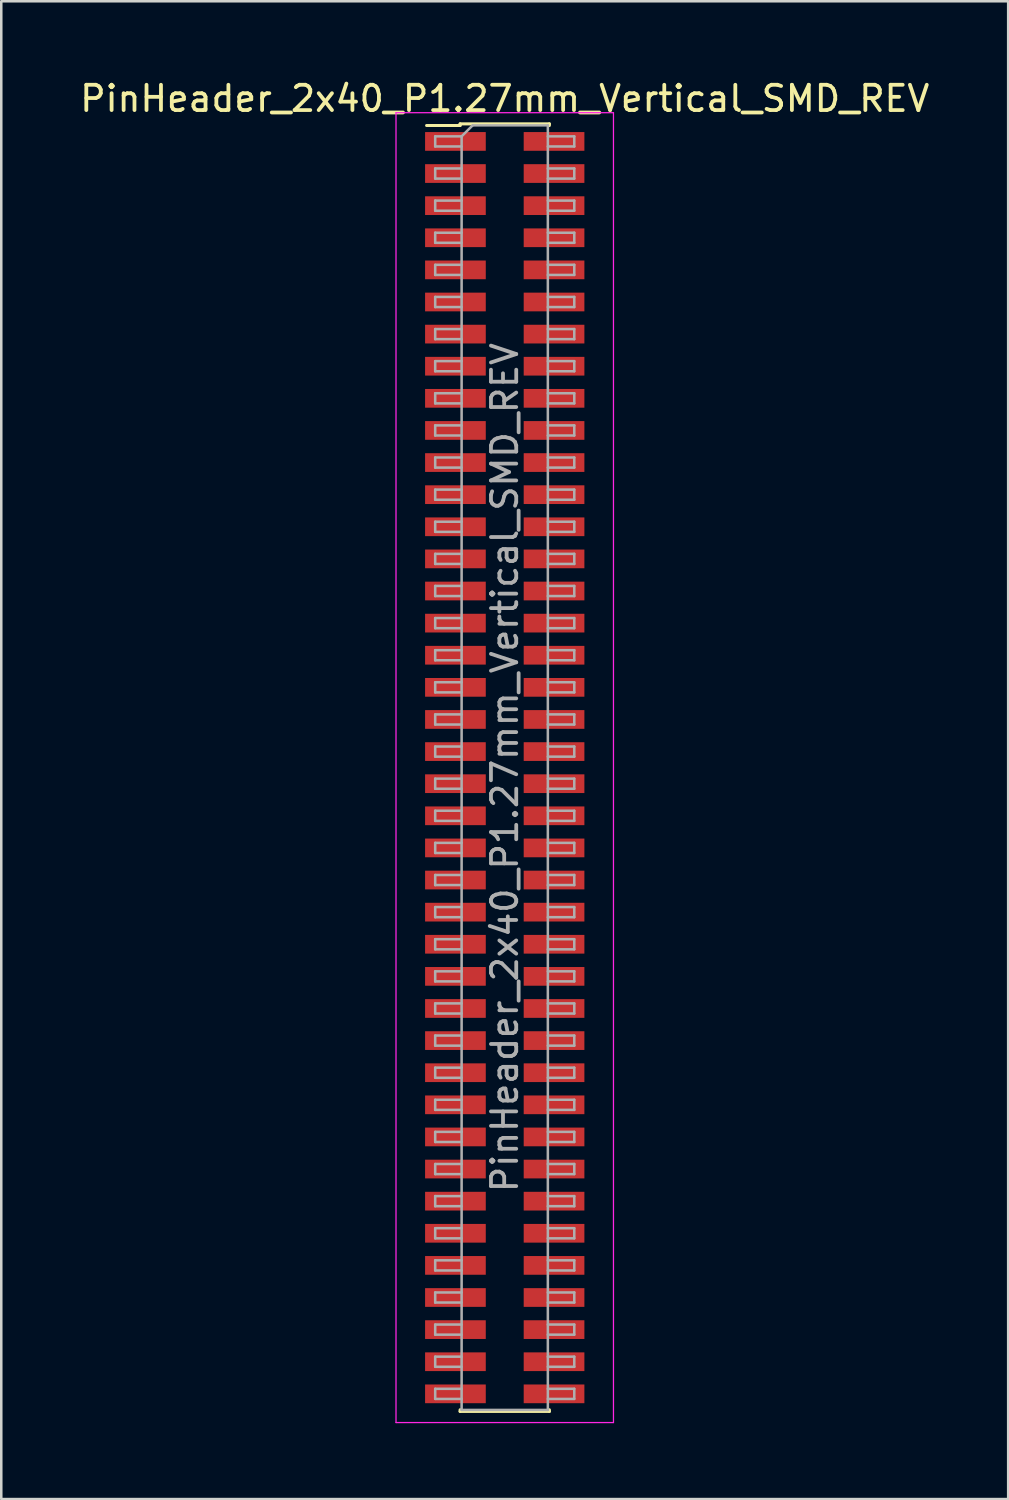
<source format=kicad_pcb>
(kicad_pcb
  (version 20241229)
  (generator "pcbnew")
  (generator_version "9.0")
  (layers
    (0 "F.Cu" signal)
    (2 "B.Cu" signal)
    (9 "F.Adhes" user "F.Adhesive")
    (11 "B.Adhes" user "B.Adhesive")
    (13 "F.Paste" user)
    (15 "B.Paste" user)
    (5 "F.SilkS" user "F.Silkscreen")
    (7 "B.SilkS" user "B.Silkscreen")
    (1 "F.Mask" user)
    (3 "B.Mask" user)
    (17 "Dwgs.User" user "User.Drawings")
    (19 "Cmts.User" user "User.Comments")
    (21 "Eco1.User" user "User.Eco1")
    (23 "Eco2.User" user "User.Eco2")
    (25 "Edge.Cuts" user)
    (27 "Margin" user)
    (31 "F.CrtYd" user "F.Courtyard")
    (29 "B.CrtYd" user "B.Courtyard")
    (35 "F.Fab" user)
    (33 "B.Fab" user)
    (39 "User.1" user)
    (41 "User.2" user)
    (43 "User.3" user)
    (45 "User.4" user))
  (footprint "PinHeader_2x40_P1.27mm_Vertical_SMD_REV"
    (layer "F.Cu")
    (at 16.911 27.308)
    (property "Reference" "PinHeader_2x40_P1.27mm_Vertical_SMD_REV" (at 0 -26.46 0) (layer "F.SilkS") (effects (font (size 1 1) (thickness 0.15))))
    (attr smd)
    (fp_line (start -3.09 -25.395) (end -1.765 -25.395) (stroke (width 0.12) (type solid)) (layer "F.SilkS"))
    (fp_line (start -1.765 -25.46) (end -1.765 -25.395) (stroke (width 0.12) (type solid)) (layer "F.SilkS"))
    (fp_line (start -1.765 -25.46) (end 1.765 -25.46) (stroke (width 0.12) (type solid)) (layer "F.SilkS"))
    (fp_line (start -1.765 25.395) (end -1.765 25.46) (stroke (width 0.12) (type solid)) (layer "F.SilkS"))
    (fp_line (start -1.765 25.46) (end 1.765 25.46) (stroke (width 0.12) (type solid)) (layer "F.SilkS"))
    (fp_line (start 1.765 -25.46) (end 1.765 -25.395) (stroke (width 0.12) (type solid)) (layer "F.SilkS"))
    (fp_line (start 1.765 25.395) (end 1.765 25.46) (stroke (width 0.12) (type solid)) (layer "F.SilkS"))
    (fp_line (start -4.3 -25.9) (end -4.3 25.9) (stroke (width 0.05) (type solid)) (layer "F.CrtYd"))
    (fp_line (start -4.3 25.9) (end 4.3 25.9) (stroke (width 0.05) (type solid)) (layer "F.CrtYd"))
    (fp_line (start 4.3 -25.9) (end -4.3 -25.9) (stroke (width 0.05) (type solid)) (layer "F.CrtYd"))
    (fp_line (start 4.3 25.9) (end 4.3 -25.9) (stroke (width 0.05) (type solid)) (layer "F.CrtYd"))
    (fp_line (start -2.75 -24.965) (end -2.75 -24.565) (stroke (width 0.1) (type solid)) (layer "F.Fab"))
    (fp_line (start -2.75 -24.565) (end -1.705 -24.565) (stroke (width 0.1) (type solid)) (layer "F.Fab"))
    (fp_line (start -2.75 -23.695) (end -2.75 -23.295) (stroke (width 0.1) (type solid)) (layer "F.Fab"))
    (fp_line (start -2.75 -23.295) (end -1.705 -23.295) (stroke (width 0.1) (type solid)) (layer "F.Fab"))
    (fp_line (start -2.75 -22.425) (end -2.75 -22.025) (stroke (width 0.1) (type solid)) (layer "F.Fab"))
    (fp_line (start -2.75 -22.025) (end -1.705 -22.025) (stroke (width 0.1) (type solid)) (layer "F.Fab"))
    (fp_line (start -2.75 -21.155) (end -2.75 -20.755) (stroke (width 0.1) (type solid)) (layer "F.Fab"))
    (fp_line (start -2.75 -20.755) (end -1.705 -20.755) (stroke (width 0.1) (type solid)) (layer "F.Fab"))
    (fp_line (start -2.75 -19.885) (end -2.75 -19.485) (stroke (width 0.1) (type solid)) (layer "F.Fab"))
    (fp_line (start -2.75 -19.485) (end -1.705 -19.485) (stroke (width 0.1) (type solid)) (layer "F.Fab"))
    (fp_line (start -2.75 -18.615) (end -2.75 -18.215) (stroke (width 0.1) (type solid)) (layer "F.Fab"))
    (fp_line (start -2.75 -18.215) (end -1.705 -18.215) (stroke (width 0.1) (type solid)) (layer "F.Fab"))
    (fp_line (start -2.75 -17.345) (end -2.75 -16.945) (stroke (width 0.1) (type solid)) (layer "F.Fab"))
    (fp_line (start -2.75 -16.945) (end -1.705 -16.945) (stroke (width 0.1) (type solid)) (layer "F.Fab"))
    (fp_line (start -2.75 -16.075) (end -2.75 -15.675) (stroke (width 0.1) (type solid)) (layer "F.Fab"))
    (fp_line (start -2.75 -15.675) (end -1.705 -15.675) (stroke (width 0.1) (type solid)) (layer "F.Fab"))
    (fp_line (start -2.75 -14.805) (end -2.75 -14.405) (stroke (width 0.1) (type solid)) (layer "F.Fab"))
    (fp_line (start -2.75 -14.405) (end -1.705 -14.405) (stroke (width 0.1) (type solid)) (layer "F.Fab"))
    (fp_line (start -2.75 -13.535) (end -2.75 -13.135) (stroke (width 0.1) (type solid)) (layer "F.Fab"))
    (fp_line (start -2.75 -13.135) (end -1.705 -13.135) (stroke (width 0.1) (type solid)) (layer "F.Fab"))
    (fp_line (start -2.75 -12.265) (end -2.75 -11.865) (stroke (width 0.1) (type solid)) (layer "F.Fab"))
    (fp_line (start -2.75 -11.865) (end -1.705 -11.865) (stroke (width 0.1) (type solid)) (layer "F.Fab"))
    (fp_line (start -2.75 -10.995) (end -2.75 -10.595) (stroke (width 0.1) (type solid)) (layer "F.Fab"))
    (fp_line (start -2.75 -10.595) (end -1.705 -10.595) (stroke (width 0.1) (type solid)) (layer "F.Fab"))
    (fp_line (start -2.75 -9.725) (end -2.75 -9.325) (stroke (width 0.1) (type solid)) (layer "F.Fab"))
    (fp_line (start -2.75 -9.325) (end -1.705 -9.325) (stroke (width 0.1) (type solid)) (layer "F.Fab"))
    (fp_line (start -2.75 -8.455) (end -2.75 -8.055) (stroke (width 0.1) (type solid)) (layer "F.Fab"))
    (fp_line (start -2.75 -8.055) (end -1.705 -8.055) (stroke (width 0.1) (type solid)) (layer "F.Fab"))
    (fp_line (start -2.75 -7.185) (end -2.75 -6.785) (stroke (width 0.1) (type solid)) (layer "F.Fab"))
    (fp_line (start -2.75 -6.785) (end -1.705 -6.785) (stroke (width 0.1) (type solid)) (layer "F.Fab"))
    (fp_line (start -2.75 -5.915) (end -2.75 -5.515) (stroke (width 0.1) (type solid)) (layer "F.Fab"))
    (fp_line (start -2.75 -5.515) (end -1.705 -5.515) (stroke (width 0.1) (type solid)) (layer "F.Fab"))
    (fp_line (start -2.75 -4.645) (end -2.75 -4.245) (stroke (width 0.1) (type solid)) (layer "F.Fab"))
    (fp_line (start -2.75 -4.245) (end -1.705 -4.245) (stroke (width 0.1) (type solid)) (layer "F.Fab"))
    (fp_line (start -2.75 -3.375) (end -2.75 -2.975) (stroke (width 0.1) (type solid)) (layer "F.Fab"))
    (fp_line (start -2.75 -2.975) (end -1.705 -2.975) (stroke (width 0.1) (type solid)) (layer "F.Fab"))
    (fp_line (start -2.75 -2.105) (end -2.75 -1.705) (stroke (width 0.1) (type solid)) (layer "F.Fab"))
    (fp_line (start -2.75 -1.705) (end -1.705 -1.705) (stroke (width 0.1) (type solid)) (layer "F.Fab"))
    (fp_line (start -2.75 -0.835) (end -2.75 -0.435) (stroke (width 0.1) (type solid)) (layer "F.Fab"))
    (fp_line (start -2.75 -0.435) (end -1.705 -0.435) (stroke (width 0.1) (type solid)) (layer "F.Fab"))
    (fp_line (start -2.75 0.435) (end -2.75 0.835) (stroke (width 0.1) (type solid)) (layer "F.Fab"))
    (fp_line (start -2.75 0.835) (end -1.705 0.835) (stroke (width 0.1) (type solid)) (layer "F.Fab"))
    (fp_line (start -2.75 1.705) (end -2.75 2.105) (stroke (width 0.1) (type solid)) (layer "F.Fab"))
    (fp_line (start -2.75 2.105) (end -1.705 2.105) (stroke (width 0.1) (type solid)) (layer "F.Fab"))
    (fp_line (start -2.75 2.975) (end -2.75 3.375) (stroke (width 0.1) (type solid)) (layer "F.Fab"))
    (fp_line (start -2.75 3.375) (end -1.705 3.375) (stroke (width 0.1) (type solid)) (layer "F.Fab"))
    (fp_line (start -2.75 4.245) (end -2.75 4.645) (stroke (width 0.1) (type solid)) (layer "F.Fab"))
    (fp_line (start -2.75 4.645) (end -1.705 4.645) (stroke (width 0.1) (type solid)) (layer "F.Fab"))
    (fp_line (start -2.75 5.515) (end -2.75 5.915) (stroke (width 0.1) (type solid)) (layer "F.Fab"))
    (fp_line (start -2.75 5.915) (end -1.705 5.915) (stroke (width 0.1) (type solid)) (layer "F.Fab"))
    (fp_line (start -2.75 6.785) (end -2.75 7.185) (stroke (width 0.1) (type solid)) (layer "F.Fab"))
    (fp_line (start -2.75 7.185) (end -1.705 7.185) (stroke (width 0.1) (type solid)) (layer "F.Fab"))
    (fp_line (start -2.75 8.055) (end -2.75 8.455) (stroke (width 0.1) (type solid)) (layer "F.Fab"))
    (fp_line (start -2.75 8.455) (end -1.705 8.455) (stroke (width 0.1) (type solid)) (layer "F.Fab"))
    (fp_line (start -2.75 9.325) (end -2.75 9.725) (stroke (width 0.1) (type solid)) (layer "F.Fab"))
    (fp_line (start -2.75 9.725) (end -1.705 9.725) (stroke (width 0.1) (type solid)) (layer "F.Fab"))
    (fp_line (start -2.75 10.595) (end -2.75 10.995) (stroke (width 0.1) (type solid)) (layer "F.Fab"))
    (fp_line (start -2.75 10.995) (end -1.705 10.995) (stroke (width 0.1) (type solid)) (layer "F.Fab"))
    (fp_line (start -2.75 11.865) (end -2.75 12.265) (stroke (width 0.1) (type solid)) (layer "F.Fab"))
    (fp_line (start -2.75 12.265) (end -1.705 12.265) (stroke (width 0.1) (type solid)) (layer "F.Fab"))
    (fp_line (start -2.75 13.135) (end -2.75 13.535) (stroke (width 0.1) (type solid)) (layer "F.Fab"))
    (fp_line (start -2.75 13.535) (end -1.705 13.535) (stroke (width 0.1) (type solid)) (layer "F.Fab"))
    (fp_line (start -2.75 14.405) (end -2.75 14.805) (stroke (width 0.1) (type solid)) (layer "F.Fab"))
    (fp_line (start -2.75 14.805) (end -1.705 14.805) (stroke (width 0.1) (type solid)) (layer "F.Fab"))
    (fp_line (start -2.75 15.675) (end -2.75 16.075) (stroke (width 0.1) (type solid)) (layer "F.Fab"))
    (fp_line (start -2.75 16.075) (end -1.705 16.075) (stroke (width 0.1) (type solid)) (layer "F.Fab"))
    (fp_line (start -2.75 16.945) (end -2.75 17.345) (stroke (width 0.1) (type solid)) (layer "F.Fab"))
    (fp_line (start -2.75 17.345) (end -1.705 17.345) (stroke (width 0.1) (type solid)) (layer "F.Fab"))
    (fp_line (start -2.75 18.215) (end -2.75 18.615) (stroke (width 0.1) (type solid)) (layer "F.Fab"))
    (fp_line (start -2.75 18.615) (end -1.705 18.615) (stroke (width 0.1) (type solid)) (layer "F.Fab"))
    (fp_line (start -2.75 19.485) (end -2.75 19.885) (stroke (width 0.1) (type solid)) (layer "F.Fab"))
    (fp_line (start -2.75 19.885) (end -1.705 19.885) (stroke (width 0.1) (type solid)) (layer "F.Fab"))
    (fp_line (start -2.75 20.755) (end -2.75 21.155) (stroke (width 0.1) (type solid)) (layer "F.Fab"))
    (fp_line (start -2.75 21.155) (end -1.705 21.155) (stroke (width 0.1) (type solid)) (layer "F.Fab"))
    (fp_line (start -2.75 22.025) (end -2.75 22.425) (stroke (width 0.1) (type solid)) (layer "F.Fab"))
    (fp_line (start -2.75 22.425) (end -1.705 22.425) (stroke (width 0.1) (type solid)) (layer "F.Fab"))
    (fp_line (start -2.75 23.295) (end -2.75 23.695) (stroke (width 0.1) (type solid)) (layer "F.Fab"))
    (fp_line (start -2.75 23.695) (end -1.705 23.695) (stroke (width 0.1) (type solid)) (layer "F.Fab"))
    (fp_line (start -2.75 24.565) (end -2.75 24.965) (stroke (width 0.1) (type solid)) (layer "F.Fab"))
    (fp_line (start -2.75 24.965) (end -1.705 24.965) (stroke (width 0.1) (type solid)) (layer "F.Fab"))
    (fp_line (start -1.705 -24.965) (end -2.75 -24.965) (stroke (width 0.1) (type solid)) (layer "F.Fab"))
    (fp_line (start -1.705 -24.965) (end -1.27 -25.4) (stroke (width 0.1) (type solid)) (layer "F.Fab"))
    (fp_line (start -1.705 -23.695) (end -2.75 -23.695) (stroke (width 0.1) (type solid)) (layer "F.Fab"))
    (fp_line (start -1.705 -22.425) (end -2.75 -22.425) (stroke (width 0.1) (type solid)) (layer "F.Fab"))
    (fp_line (start -1.705 -21.155) (end -2.75 -21.155) (stroke (width 0.1) (type solid)) (layer "F.Fab"))
    (fp_line (start -1.705 -19.885) (end -2.75 -19.885) (stroke (width 0.1) (type solid)) (layer "F.Fab"))
    (fp_line (start -1.705 -18.615) (end -2.75 -18.615) (stroke (width 0.1) (type solid)) (layer "F.Fab"))
    (fp_line (start -1.705 -17.345) (end -2.75 -17.345) (stroke (width 0.1) (type solid)) (layer "F.Fab"))
    (fp_line (start -1.705 -16.075) (end -2.75 -16.075) (stroke (width 0.1) (type solid)) (layer "F.Fab"))
    (fp_line (start -1.705 -14.805) (end -2.75 -14.805) (stroke (width 0.1) (type solid)) (layer "F.Fab"))
    (fp_line (start -1.705 -13.535) (end -2.75 -13.535) (stroke (width 0.1) (type solid)) (layer "F.Fab"))
    (fp_line (start -1.705 -12.265) (end -2.75 -12.265) (stroke (width 0.1) (type solid)) (layer "F.Fab"))
    (fp_line (start -1.705 -10.995) (end -2.75 -10.995) (stroke (width 0.1) (type solid)) (layer "F.Fab"))
    (fp_line (start -1.705 -9.725) (end -2.75 -9.725) (stroke (width 0.1) (type solid)) (layer "F.Fab"))
    (fp_line (start -1.705 -8.455) (end -2.75 -8.455) (stroke (width 0.1) (type solid)) (layer "F.Fab"))
    (fp_line (start -1.705 -7.185) (end -2.75 -7.185) (stroke (width 0.1) (type solid)) (layer "F.Fab"))
    (fp_line (start -1.705 -5.915) (end -2.75 -5.915) (stroke (width 0.1) (type solid)) (layer "F.Fab"))
    (fp_line (start -1.705 -4.645) (end -2.75 -4.645) (stroke (width 0.1) (type solid)) (layer "F.Fab"))
    (fp_line (start -1.705 -3.375) (end -2.75 -3.375) (stroke (width 0.1) (type solid)) (layer "F.Fab"))
    (fp_line (start -1.705 -2.105) (end -2.75 -2.105) (stroke (width 0.1) (type solid)) (layer "F.Fab"))
    (fp_line (start -1.705 -0.835) (end -2.75 -0.835) (stroke (width 0.1) (type solid)) (layer "F.Fab"))
    (fp_line (start -1.705 0.435) (end -2.75 0.435) (stroke (width 0.1) (type solid)) (layer "F.Fab"))
    (fp_line (start -1.705 1.705) (end -2.75 1.705) (stroke (width 0.1) (type solid)) (layer "F.Fab"))
    (fp_line (start -1.705 2.975) (end -2.75 2.975) (stroke (width 0.1) (type solid)) (layer "F.Fab"))
    (fp_line (start -1.705 4.245) (end -2.75 4.245) (stroke (width 0.1) (type solid)) (layer "F.Fab"))
    (fp_line (start -1.705 5.515) (end -2.75 5.515) (stroke (width 0.1) (type solid)) (layer "F.Fab"))
    (fp_line (start -1.705 6.785) (end -2.75 6.785) (stroke (width 0.1) (type solid)) (layer "F.Fab"))
    (fp_line (start -1.705 8.055) (end -2.75 8.055) (stroke (width 0.1) (type solid)) (layer "F.Fab"))
    (fp_line (start -1.705 9.325) (end -2.75 9.325) (stroke (width 0.1) (type solid)) (layer "F.Fab"))
    (fp_line (start -1.705 10.595) (end -2.75 10.595) (stroke (width 0.1) (type solid)) (layer "F.Fab"))
    (fp_line (start -1.705 11.865) (end -2.75 11.865) (stroke (width 0.1) (type solid)) (layer "F.Fab"))
    (fp_line (start -1.705 13.135) (end -2.75 13.135) (stroke (width 0.1) (type solid)) (layer "F.Fab"))
    (fp_line (start -1.705 14.405) (end -2.75 14.405) (stroke (width 0.1) (type solid)) (layer "F.Fab"))
    (fp_line (start -1.705 15.675) (end -2.75 15.675) (stroke (width 0.1) (type solid)) (layer "F.Fab"))
    (fp_line (start -1.705 16.945) (end -2.75 16.945) (stroke (width 0.1) (type solid)) (layer "F.Fab"))
    (fp_line (start -1.705 18.215) (end -2.75 18.215) (stroke (width 0.1) (type solid)) (layer "F.Fab"))
    (fp_line (start -1.705 19.485) (end -2.75 19.485) (stroke (width 0.1) (type solid)) (layer "F.Fab"))
    (fp_line (start -1.705 20.755) (end -2.75 20.755) (stroke (width 0.1) (type solid)) (layer "F.Fab"))
    (fp_line (start -1.705 22.025) (end -2.75 22.025) (stroke (width 0.1) (type solid)) (layer "F.Fab"))
    (fp_line (start -1.705 23.295) (end -2.75 23.295) (stroke (width 0.1) (type solid)) (layer "F.Fab"))
    (fp_line (start -1.705 24.565) (end -2.75 24.565) (stroke (width 0.1) (type solid)) (layer "F.Fab"))
    (fp_line (start -1.705 25.4) (end -1.705 -24.965) (stroke (width 0.1) (type solid)) (layer "F.Fab"))
    (fp_line (start -1.27 -25.4) (end 1.705 -25.4) (stroke (width 0.1) (type solid)) (layer "F.Fab"))
    (fp_line (start 1.705 -25.4) (end 1.705 25.4) (stroke (width 0.1) (type solid)) (layer "F.Fab"))
    (fp_line (start 1.705 -24.965) (end 2.75 -24.965) (stroke (width 0.1) (type solid)) (layer "F.Fab"))
    (fp_line (start 1.705 -23.695) (end 2.75 -23.695) (stroke (width 0.1) (type solid)) (layer "F.Fab"))
    (fp_line (start 1.705 -22.425) (end 2.75 -22.425) (stroke (width 0.1) (type solid)) (layer "F.Fab"))
    (fp_line (start 1.705 -21.155) (end 2.75 -21.155) (stroke (width 0.1) (type solid)) (layer "F.Fab"))
    (fp_line (start 1.705 -19.885) (end 2.75 -19.885) (stroke (width 0.1) (type solid)) (layer "F.Fab"))
    (fp_line (start 1.705 -18.615) (end 2.75 -18.615) (stroke (width 0.1) (type solid)) (layer "F.Fab"))
    (fp_line (start 1.705 -17.345) (end 2.75 -17.345) (stroke (width 0.1) (type solid)) (layer "F.Fab"))
    (fp_line (start 1.705 -16.075) (end 2.75 -16.075) (stroke (width 0.1) (type solid)) (layer "F.Fab"))
    (fp_line (start 1.705 -14.805) (end 2.75 -14.805) (stroke (width 0.1) (type solid)) (layer "F.Fab"))
    (fp_line (start 1.705 -13.535) (end 2.75 -13.535) (stroke (width 0.1) (type solid)) (layer "F.Fab"))
    (fp_line (start 1.705 -12.265) (end 2.75 -12.265) (stroke (width 0.1) (type solid)) (layer "F.Fab"))
    (fp_line (start 1.705 -10.995) (end 2.75 -10.995) (stroke (width 0.1) (type solid)) (layer "F.Fab"))
    (fp_line (start 1.705 -9.725) (end 2.75 -9.725) (stroke (width 0.1) (type solid)) (layer "F.Fab"))
    (fp_line (start 1.705 -8.455) (end 2.75 -8.455) (stroke (width 0.1) (type solid)) (layer "F.Fab"))
    (fp_line (start 1.705 -7.185) (end 2.75 -7.185) (stroke (width 0.1) (type solid)) (layer "F.Fab"))
    (fp_line (start 1.705 -5.915) (end 2.75 -5.915) (stroke (width 0.1) (type solid)) (layer "F.Fab"))
    (fp_line (start 1.705 -4.645) (end 2.75 -4.645) (stroke (width 0.1) (type solid)) (layer "F.Fab"))
    (fp_line (start 1.705 -3.375) (end 2.75 -3.375) (stroke (width 0.1) (type solid)) (layer "F.Fab"))
    (fp_line (start 1.705 -2.105) (end 2.75 -2.105) (stroke (width 0.1) (type solid)) (layer "F.Fab"))
    (fp_line (start 1.705 -0.835) (end 2.75 -0.835) (stroke (width 0.1) (type solid)) (layer "F.Fab"))
    (fp_line (start 1.705 0.435) (end 2.75 0.435) (stroke (width 0.1) (type solid)) (layer "F.Fab"))
    (fp_line (start 1.705 1.705) (end 2.75 1.705) (stroke (width 0.1) (type solid)) (layer "F.Fab"))
    (fp_line (start 1.705 2.975) (end 2.75 2.975) (stroke (width 0.1) (type solid)) (layer "F.Fab"))
    (fp_line (start 1.705 4.245) (end 2.75 4.245) (stroke (width 0.1) (type solid)) (layer "F.Fab"))
    (fp_line (start 1.705 5.515) (end 2.75 5.515) (stroke (width 0.1) (type solid)) (layer "F.Fab"))
    (fp_line (start 1.705 6.785) (end 2.75 6.785) (stroke (width 0.1) (type solid)) (layer "F.Fab"))
    (fp_line (start 1.705 8.055) (end 2.75 8.055) (stroke (width 0.1) (type solid)) (layer "F.Fab"))
    (fp_line (start 1.705 9.325) (end 2.75 9.325) (stroke (width 0.1) (type solid)) (layer "F.Fab"))
    (fp_line (start 1.705 10.595) (end 2.75 10.595) (stroke (width 0.1) (type solid)) (layer "F.Fab"))
    (fp_line (start 1.705 11.865) (end 2.75 11.865) (stroke (width 0.1) (type solid)) (layer "F.Fab"))
    (fp_line (start 1.705 13.135) (end 2.75 13.135) (stroke (width 0.1) (type solid)) (layer "F.Fab"))
    (fp_line (start 1.705 14.405) (end 2.75 14.405) (stroke (width 0.1) (type solid)) (layer "F.Fab"))
    (fp_line (start 1.705 15.675) (end 2.75 15.675) (stroke (width 0.1) (type solid)) (layer "F.Fab"))
    (fp_line (start 1.705 16.945) (end 2.75 16.945) (stroke (width 0.1) (type solid)) (layer "F.Fab"))
    (fp_line (start 1.705 18.215) (end 2.75 18.215) (stroke (width 0.1) (type solid)) (layer "F.Fab"))
    (fp_line (start 1.705 19.485) (end 2.75 19.485) (stroke (width 0.1) (type solid)) (layer "F.Fab"))
    (fp_line (start 1.705 20.755) (end 2.75 20.755) (stroke (width 0.1) (type solid)) (layer "F.Fab"))
    (fp_line (start 1.705 22.025) (end 2.75 22.025) (stroke (width 0.1) (type solid)) (layer "F.Fab"))
    (fp_line (start 1.705 23.295) (end 2.75 23.295) (stroke (width 0.1) (type solid)) (layer "F.Fab"))
    (fp_line (start 1.705 24.565) (end 2.75 24.565) (stroke (width 0.1) (type solid)) (layer "F.Fab"))
    (fp_line (start 1.705 25.4) (end -1.705 25.4) (stroke (width 0.1) (type solid)) (layer "F.Fab"))
    (fp_line (start 2.75 -24.965) (end 2.75 -24.565) (stroke (width 0.1) (type solid)) (layer "F.Fab"))
    (fp_line (start 2.75 -24.565) (end 1.705 -24.565) (stroke (width 0.1) (type solid)) (layer "F.Fab"))
    (fp_line (start 2.75 -23.695) (end 2.75 -23.295) (stroke (width 0.1) (type solid)) (layer "F.Fab"))
    (fp_line (start 2.75 -23.295) (end 1.705 -23.295) (stroke (width 0.1) (type solid)) (layer "F.Fab"))
    (fp_line (start 2.75 -22.425) (end 2.75 -22.025) (stroke (width 0.1) (type solid)) (layer "F.Fab"))
    (fp_line (start 2.75 -22.025) (end 1.705 -22.025) (stroke (width 0.1) (type solid)) (layer "F.Fab"))
    (fp_line (start 2.75 -21.155) (end 2.75 -20.755) (stroke (width 0.1) (type solid)) (layer "F.Fab"))
    (fp_line (start 2.75 -20.755) (end 1.705 -20.755) (stroke (width 0.1) (type solid)) (layer "F.Fab"))
    (fp_line (start 2.75 -19.885) (end 2.75 -19.485) (stroke (width 0.1) (type solid)) (layer "F.Fab"))
    (fp_line (start 2.75 -19.485) (end 1.705 -19.485) (stroke (width 0.1) (type solid)) (layer "F.Fab"))
    (fp_line (start 2.75 -18.615) (end 2.75 -18.215) (stroke (width 0.1) (type solid)) (layer "F.Fab"))
    (fp_line (start 2.75 -18.215) (end 1.705 -18.215) (stroke (width 0.1) (type solid)) (layer "F.Fab"))
    (fp_line (start 2.75 -17.345) (end 2.75 -16.945) (stroke (width 0.1) (type solid)) (layer "F.Fab"))
    (fp_line (start 2.75 -16.945) (end 1.705 -16.945) (stroke (width 0.1) (type solid)) (layer "F.Fab"))
    (fp_line (start 2.75 -16.075) (end 2.75 -15.675) (stroke (width 0.1) (type solid)) (layer "F.Fab"))
    (fp_line (start 2.75 -15.675) (end 1.705 -15.675) (stroke (width 0.1) (type solid)) (layer "F.Fab"))
    (fp_line (start 2.75 -14.805) (end 2.75 -14.405) (stroke (width 0.1) (type solid)) (layer "F.Fab"))
    (fp_line (start 2.75 -14.405) (end 1.705 -14.405) (stroke (width 0.1) (type solid)) (layer "F.Fab"))
    (fp_line (start 2.75 -13.535) (end 2.75 -13.135) (stroke (width 0.1) (type solid)) (layer "F.Fab"))
    (fp_line (start 2.75 -13.135) (end 1.705 -13.135) (stroke (width 0.1) (type solid)) (layer "F.Fab"))
    (fp_line (start 2.75 -12.265) (end 2.75 -11.865) (stroke (width 0.1) (type solid)) (layer "F.Fab"))
    (fp_line (start 2.75 -11.865) (end 1.705 -11.865) (stroke (width 0.1) (type solid)) (layer "F.Fab"))
    (fp_line (start 2.75 -10.995) (end 2.75 -10.595) (stroke (width 0.1) (type solid)) (layer "F.Fab"))
    (fp_line (start 2.75 -10.595) (end 1.705 -10.595) (stroke (width 0.1) (type solid)) (layer "F.Fab"))
    (fp_line (start 2.75 -9.725) (end 2.75 -9.325) (stroke (width 0.1) (type solid)) (layer "F.Fab"))
    (fp_line (start 2.75 -9.325) (end 1.705 -9.325) (stroke (width 0.1) (type solid)) (layer "F.Fab"))
    (fp_line (start 2.75 -8.455) (end 2.75 -8.055) (stroke (width 0.1) (type solid)) (layer "F.Fab"))
    (fp_line (start 2.75 -8.055) (end 1.705 -8.055) (stroke (width 0.1) (type solid)) (layer "F.Fab"))
    (fp_line (start 2.75 -7.185) (end 2.75 -6.785) (stroke (width 0.1) (type solid)) (layer "F.Fab"))
    (fp_line (start 2.75 -6.785) (end 1.705 -6.785) (stroke (width 0.1) (type solid)) (layer "F.Fab"))
    (fp_line (start 2.75 -5.915) (end 2.75 -5.515) (stroke (width 0.1) (type solid)) (layer "F.Fab"))
    (fp_line (start 2.75 -5.515) (end 1.705 -5.515) (stroke (width 0.1) (type solid)) (layer "F.Fab"))
    (fp_line (start 2.75 -4.645) (end 2.75 -4.245) (stroke (width 0.1) (type solid)) (layer "F.Fab"))
    (fp_line (start 2.75 -4.245) (end 1.705 -4.245) (stroke (width 0.1) (type solid)) (layer "F.Fab"))
    (fp_line (start 2.75 -3.375) (end 2.75 -2.975) (stroke (width 0.1) (type solid)) (layer "F.Fab"))
    (fp_line (start 2.75 -2.975) (end 1.705 -2.975) (stroke (width 0.1) (type solid)) (layer "F.Fab"))
    (fp_line (start 2.75 -2.105) (end 2.75 -1.705) (stroke (width 0.1) (type solid)) (layer "F.Fab"))
    (fp_line (start 2.75 -1.705) (end 1.705 -1.705) (stroke (width 0.1) (type solid)) (layer "F.Fab"))
    (fp_line (start 2.75 -0.835) (end 2.75 -0.435) (stroke (width 0.1) (type solid)) (layer "F.Fab"))
    (fp_line (start 2.75 -0.435) (end 1.705 -0.435) (stroke (width 0.1) (type solid)) (layer "F.Fab"))
    (fp_line (start 2.75 0.435) (end 2.75 0.835) (stroke (width 0.1) (type solid)) (layer "F.Fab"))
    (fp_line (start 2.75 0.835) (end 1.705 0.835) (stroke (width 0.1) (type solid)) (layer "F.Fab"))
    (fp_line (start 2.75 1.705) (end 2.75 2.105) (stroke (width 0.1) (type solid)) (layer "F.Fab"))
    (fp_line (start 2.75 2.105) (end 1.705 2.105) (stroke (width 0.1) (type solid)) (layer "F.Fab"))
    (fp_line (start 2.75 2.975) (end 2.75 3.375) (stroke (width 0.1) (type solid)) (layer "F.Fab"))
    (fp_line (start 2.75 3.375) (end 1.705 3.375) (stroke (width 0.1) (type solid)) (layer "F.Fab"))
    (fp_line (start 2.75 4.245) (end 2.75 4.645) (stroke (width 0.1) (type solid)) (layer "F.Fab"))
    (fp_line (start 2.75 4.645) (end 1.705 4.645) (stroke (width 0.1) (type solid)) (layer "F.Fab"))
    (fp_line (start 2.75 5.515) (end 2.75 5.915) (stroke (width 0.1) (type solid)) (layer "F.Fab"))
    (fp_line (start 2.75 5.915) (end 1.705 5.915) (stroke (width 0.1) (type solid)) (layer "F.Fab"))
    (fp_line (start 2.75 6.785) (end 2.75 7.185) (stroke (width 0.1) (type solid)) (layer "F.Fab"))
    (fp_line (start 2.75 7.185) (end 1.705 7.185) (stroke (width 0.1) (type solid)) (layer "F.Fab"))
    (fp_line (start 2.75 8.055) (end 2.75 8.455) (stroke (width 0.1) (type solid)) (layer "F.Fab"))
    (fp_line (start 2.75 8.455) (end 1.705 8.455) (stroke (width 0.1) (type solid)) (layer "F.Fab"))
    (fp_line (start 2.75 9.325) (end 2.75 9.725) (stroke (width 0.1) (type solid)) (layer "F.Fab"))
    (fp_line (start 2.75 9.725) (end 1.705 9.725) (stroke (width 0.1) (type solid)) (layer "F.Fab"))
    (fp_line (start 2.75 10.595) (end 2.75 10.995) (stroke (width 0.1) (type solid)) (layer "F.Fab"))
    (fp_line (start 2.75 10.995) (end 1.705 10.995) (stroke (width 0.1) (type solid)) (layer "F.Fab"))
    (fp_line (start 2.75 11.865) (end 2.75 12.265) (stroke (width 0.1) (type solid)) (layer "F.Fab"))
    (fp_line (start 2.75 12.265) (end 1.705 12.265) (stroke (width 0.1) (type solid)) (layer "F.Fab"))
    (fp_line (start 2.75 13.135) (end 2.75 13.535) (stroke (width 0.1) (type solid)) (layer "F.Fab"))
    (fp_line (start 2.75 13.535) (end 1.705 13.535) (stroke (width 0.1) (type solid)) (layer "F.Fab"))
    (fp_line (start 2.75 14.405) (end 2.75 14.805) (stroke (width 0.1) (type solid)) (layer "F.Fab"))
    (fp_line (start 2.75 14.805) (end 1.705 14.805) (stroke (width 0.1) (type solid)) (layer "F.Fab"))
    (fp_line (start 2.75 15.675) (end 2.75 16.075) (stroke (width 0.1) (type solid)) (layer "F.Fab"))
    (fp_line (start 2.75 16.075) (end 1.705 16.075) (stroke (width 0.1) (type solid)) (layer "F.Fab"))
    (fp_line (start 2.75 16.945) (end 2.75 17.345) (stroke (width 0.1) (type solid)) (layer "F.Fab"))
    (fp_line (start 2.75 17.345) (end 1.705 17.345) (stroke (width 0.1) (type solid)) (layer "F.Fab"))
    (fp_line (start 2.75 18.215) (end 2.75 18.615) (stroke (width 0.1) (type solid)) (layer "F.Fab"))
    (fp_line (start 2.75 18.615) (end 1.705 18.615) (stroke (width 0.1) (type solid)) (layer "F.Fab"))
    (fp_line (start 2.75 19.485) (end 2.75 19.885) (stroke (width 0.1) (type solid)) (layer "F.Fab"))
    (fp_line (start 2.75 19.885) (end 1.705 19.885) (stroke (width 0.1) (type solid)) (layer "F.Fab"))
    (fp_line (start 2.75 20.755) (end 2.75 21.155) (stroke (width 0.1) (type solid)) (layer "F.Fab"))
    (fp_line (start 2.75 21.155) (end 1.705 21.155) (stroke (width 0.1) (type solid)) (layer "F.Fab"))
    (fp_line (start 2.75 22.025) (end 2.75 22.425) (stroke (width 0.1) (type solid)) (layer "F.Fab"))
    (fp_line (start 2.75 22.425) (end 1.705 22.425) (stroke (width 0.1) (type solid)) (layer "F.Fab"))
    (fp_line (start 2.75 23.295) (end 2.75 23.695) (stroke (width 0.1) (type solid)) (layer "F.Fab"))
    (fp_line (start 2.75 23.695) (end 1.705 23.695) (stroke (width 0.1) (type solid)) (layer "F.Fab"))
    (fp_line (start 2.75 24.565) (end 2.75 24.965) (stroke (width 0.1) (type solid)) (layer "F.Fab"))
    (fp_line (start 2.75 24.965) (end 1.705 24.965) (stroke (width 0.1) (type solid)) (layer "F.Fab"))
    (fp_text user "${REFERENCE}" (at 0 0 90) (layer "F.Fab") (effects (font (size 1 1) (thickness 0.15))))
    (pad "1" smd rect (at 1.95 -24.765) (size 2.4 0.74) (layers "F.Cu" "F.Mask" "F.Paste"))
    (pad "2" smd rect (at -1.95 -24.765) (size 2.4 0.74) (layers "F.Cu" "F.Mask" "F.Paste"))
    (pad "3" smd rect (at 1.95 -23.495) (size 2.4 0.74) (layers "F.Cu" "F.Mask" "F.Paste"))
    (pad "4" smd rect (at -1.95 -23.495) (size 2.4 0.74) (layers "F.Cu" "F.Mask" "F.Paste"))
    (pad "5" smd rect (at 1.95 -22.225) (size 2.4 0.74) (layers "F.Cu" "F.Mask" "F.Paste"))
    (pad "6" smd rect (at -1.95 -22.225) (size 2.4 0.74) (layers "F.Cu" "F.Mask" "F.Paste"))
    (pad "7" smd rect (at 1.95 -20.955) (size 2.4 0.74) (layers "F.Cu" "F.Mask" "F.Paste"))
    (pad "8" smd rect (at -1.95 -20.955) (size 2.4 0.74) (layers "F.Cu" "F.Mask" "F.Paste"))
    (pad "9" smd rect (at 1.95 -19.685) (size 2.4 0.74) (layers "F.Cu" "F.Mask" "F.Paste"))
    (pad "10" smd rect (at -1.95 -19.685) (size 2.4 0.74) (layers "F.Cu" "F.Mask" "F.Paste"))
    (pad "11" smd rect (at 1.95 -18.415) (size 2.4 0.74) (layers "F.Cu" "F.Mask" "F.Paste"))
    (pad "12" smd rect (at -1.95 -18.415) (size 2.4 0.74) (layers "F.Cu" "F.Mask" "F.Paste"))
    (pad "13" smd rect (at 1.95 -17.145) (size 2.4 0.74) (layers "F.Cu" "F.Mask" "F.Paste"))
    (pad "14" smd rect (at -1.95 -17.145) (size 2.4 0.74) (layers "F.Cu" "F.Mask" "F.Paste"))
    (pad "15" smd rect (at 1.95 -15.875) (size 2.4 0.74) (layers "F.Cu" "F.Mask" "F.Paste"))
    (pad "16" smd rect (at -1.95 -15.875) (size 2.4 0.74) (layers "F.Cu" "F.Mask" "F.Paste"))
    (pad "17" smd rect (at 1.95 -14.605) (size 2.4 0.74) (layers "F.Cu" "F.Mask" "F.Paste"))
    (pad "18" smd rect (at -1.95 -14.605) (size 2.4 0.74) (layers "F.Cu" "F.Mask" "F.Paste"))
    (pad "19" smd rect (at 1.95 -13.335) (size 2.4 0.74) (layers "F.Cu" "F.Mask" "F.Paste"))
    (pad "20" smd rect (at -1.95 -13.335) (size 2.4 0.74) (layers "F.Cu" "F.Mask" "F.Paste"))
    (pad "21" smd rect (at 1.95 -12.065) (size 2.4 0.74) (layers "F.Cu" "F.Mask" "F.Paste"))
    (pad "22" smd rect (at -1.95 -12.065) (size 2.4 0.74) (layers "F.Cu" "F.Mask" "F.Paste"))
    (pad "23" smd rect (at 1.95 -10.795) (size 2.4 0.74) (layers "F.Cu" "F.Mask" "F.Paste"))
    (pad "24" smd rect (at -1.95 -10.795) (size 2.4 0.74) (layers "F.Cu" "F.Mask" "F.Paste"))
    (pad "25" smd rect (at 1.95 -9.525) (size 2.4 0.74) (layers "F.Cu" "F.Mask" "F.Paste"))
    (pad "26" smd rect (at -1.95 -9.525) (size 2.4 0.74) (layers "F.Cu" "F.Mask" "F.Paste"))
    (pad "27" smd rect (at 1.95 -8.255) (size 2.4 0.74) (layers "F.Cu" "F.Mask" "F.Paste"))
    (pad "28" smd rect (at -1.95 -8.255) (size 2.4 0.74) (layers "F.Cu" "F.Mask" "F.Paste"))
    (pad "29" smd rect (at 1.95 -6.985) (size 2.4 0.74) (layers "F.Cu" "F.Mask" "F.Paste"))
    (pad "30" smd rect (at -1.95 -6.985) (size 2.4 0.74) (layers "F.Cu" "F.Mask" "F.Paste"))
    (pad "31" smd rect (at 1.95 -5.715) (size 2.4 0.74) (layers "F.Cu" "F.Mask" "F.Paste"))
    (pad "32" smd rect (at -1.95 -5.715) (size 2.4 0.74) (layers "F.Cu" "F.Mask" "F.Paste"))
    (pad "33" smd rect (at 1.95 -4.445) (size 2.4 0.74) (layers "F.Cu" "F.Mask" "F.Paste"))
    (pad "34" smd rect (at -1.95 -4.445) (size 2.4 0.74) (layers "F.Cu" "F.Mask" "F.Paste"))
    (pad "35" smd rect (at 1.95 -3.175) (size 2.4 0.74) (layers "F.Cu" "F.Mask" "F.Paste"))
    (pad "36" smd rect (at -1.95 -3.175) (size 2.4 0.74) (layers "F.Cu" "F.Mask" "F.Paste"))
    (pad "37" smd rect (at 1.95 -1.905) (size 2.4 0.74) (layers "F.Cu" "F.Mask" "F.Paste"))
    (pad "38" smd rect (at -1.95 -1.905) (size 2.4 0.74) (layers "F.Cu" "F.Mask" "F.Paste"))
    (pad "39" smd rect (at 1.95 -0.635) (size 2.4 0.74) (layers "F.Cu" "F.Mask" "F.Paste"))
    (pad "40" smd rect (at -1.95 -0.635) (size 2.4 0.74) (layers "F.Cu" "F.Mask" "F.Paste"))
    (pad "41" smd rect (at 1.95 0.635) (size 2.4 0.74) (layers "F.Cu" "F.Mask" "F.Paste"))
    (pad "42" smd rect (at -1.95 0.635) (size 2.4 0.74) (layers "F.Cu" "F.Mask" "F.Paste"))
    (pad "43" smd rect (at 1.95 1.905) (size 2.4 0.74) (layers "F.Cu" "F.Mask" "F.Paste"))
    (pad "44" smd rect (at -1.95 1.905) (size 2.4 0.74) (layers "F.Cu" "F.Mask" "F.Paste"))
    (pad "45" smd rect (at 1.95 3.175) (size 2.4 0.74) (layers "F.Cu" "F.Mask" "F.Paste"))
    (pad "46" smd rect (at -1.95 3.175) (size 2.4 0.74) (layers "F.Cu" "F.Mask" "F.Paste"))
    (pad "47" smd rect (at 1.95 4.445) (size 2.4 0.74) (layers "F.Cu" "F.Mask" "F.Paste"))
    (pad "48" smd rect (at -1.95 4.445) (size 2.4 0.74) (layers "F.Cu" "F.Mask" "F.Paste"))
    (pad "49" smd rect (at 1.95 5.715) (size 2.4 0.74) (layers "F.Cu" "F.Mask" "F.Paste"))
    (pad "50" smd rect (at -1.95 5.715) (size 2.4 0.74) (layers "F.Cu" "F.Mask" "F.Paste"))
    (pad "51" smd rect (at 1.95 6.985) (size 2.4 0.74) (layers "F.Cu" "F.Mask" "F.Paste"))
    (pad "52" smd rect (at -1.95 6.985) (size 2.4 0.74) (layers "F.Cu" "F.Mask" "F.Paste"))
    (pad "53" smd rect (at 1.95 8.255) (size 2.4 0.74) (layers "F.Cu" "F.Mask" "F.Paste"))
    (pad "54" smd rect (at -1.95 8.255) (size 2.4 0.74) (layers "F.Cu" "F.Mask" "F.Paste"))
    (pad "55" smd rect (at 1.95 9.525) (size 2.4 0.74) (layers "F.Cu" "F.Mask" "F.Paste"))
    (pad "56" smd rect (at -1.95 9.525) (size 2.4 0.74) (layers "F.Cu" "F.Mask" "F.Paste"))
    (pad "57" smd rect (at 1.95 10.795) (size 2.4 0.74) (layers "F.Cu" "F.Mask" "F.Paste"))
    (pad "58" smd rect (at -1.95 10.795) (size 2.4 0.74) (layers "F.Cu" "F.Mask" "F.Paste"))
    (pad "59" smd rect (at 1.95 12.065) (size 2.4 0.74) (layers "F.Cu" "F.Mask" "F.Paste"))
    (pad "60" smd rect (at -1.95 12.065) (size 2.4 0.74) (layers "F.Cu" "F.Mask" "F.Paste"))
    (pad "61" smd rect (at 1.95 13.335) (size 2.4 0.74) (layers "F.Cu" "F.Mask" "F.Paste"))
    (pad "62" smd rect (at -1.95 13.335) (size 2.4 0.74) (layers "F.Cu" "F.Mask" "F.Paste"))
    (pad "63" smd rect (at 1.95 14.605) (size 2.4 0.74) (layers "F.Cu" "F.Mask" "F.Paste"))
    (pad "64" smd rect (at -1.95 14.605) (size 2.4 0.74) (layers "F.Cu" "F.Mask" "F.Paste"))
    (pad "65" smd rect (at 1.95 15.875) (size 2.4 0.74) (layers "F.Cu" "F.Mask" "F.Paste"))
    (pad "66" smd rect (at -1.95 15.875) (size 2.4 0.74) (layers "F.Cu" "F.Mask" "F.Paste"))
    (pad "67" smd rect (at 1.95 17.145) (size 2.4 0.74) (layers "F.Cu" "F.Mask" "F.Paste"))
    (pad "68" smd rect (at -1.95 17.145) (size 2.4 0.74) (layers "F.Cu" "F.Mask" "F.Paste"))
    (pad "69" smd rect (at 1.95 18.415) (size 2.4 0.74) (layers "F.Cu" "F.Mask" "F.Paste"))
    (pad "70" smd rect (at -1.95 18.415) (size 2.4 0.74) (layers "F.Cu" "F.Mask" "F.Paste"))
    (pad "71" smd rect (at 1.95 19.685) (size 2.4 0.74) (layers "F.Cu" "F.Mask" "F.Paste"))
    (pad "72" smd rect (at -1.95 19.685) (size 2.4 0.74) (layers "F.Cu" "F.Mask" "F.Paste"))
    (pad "73" smd rect (at 1.95 20.955) (size 2.4 0.74) (layers "F.Cu" "F.Mask" "F.Paste"))
    (pad "74" smd rect (at -1.95 20.955) (size 2.4 0.74) (layers "F.Cu" "F.Mask" "F.Paste"))
    (pad "75" smd rect (at 1.95 22.225) (size 2.4 0.74) (layers "F.Cu" "F.Mask" "F.Paste"))
    (pad "76" smd rect (at -1.95 22.225) (size 2.4 0.74) (layers "F.Cu" "F.Mask" "F.Paste"))
    (pad "77" smd rect (at 1.95 23.495) (size 2.4 0.74) (layers "F.Cu" "F.Mask" "F.Paste"))
    (pad "78" smd rect (at -1.95 23.495) (size 2.4 0.74) (layers "F.Cu" "F.Mask" "F.Paste"))
    (pad "79" smd rect (at 1.95 24.765) (size 2.4 0.74) (layers "F.Cu" "F.Mask" "F.Paste"))
    (pad "80" smd rect (at -1.95 24.765) (size 2.4 0.74) (layers "F.Cu" "F.Mask" "F.Paste")))
  (gr_rect
    (start -3 -3)
    (end 36.821 56.233)
    (stroke (width 0.1) (type default))
    (fill no)
    (layer "Edge.Cuts")))
</source>
